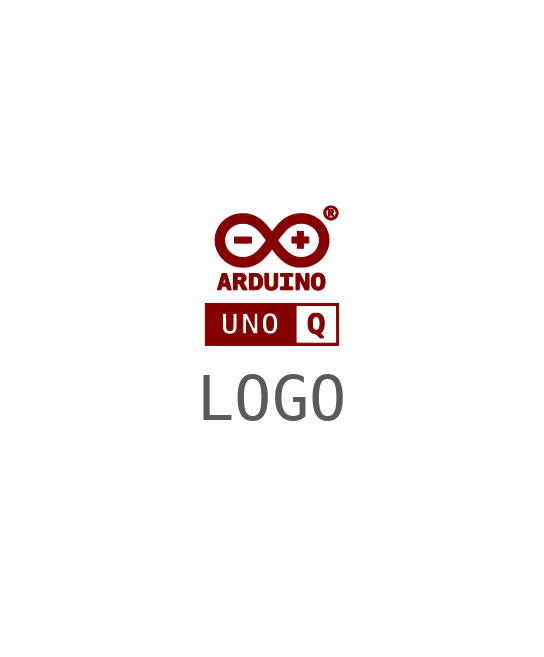
<source format=kicad_sym>
(kicad_symbol_lib
  (version 20220914)
  (generator "bitmap2component")
  (generator_version "9.0")
  (symbol "LOGO"
    (pin_names
      (offset 1.016))
    (property "Reference" "#G"
      (at 0 0.865 0)
      (effects (font (size 1.27 1.27)) hide))
    (symbol "LOGO_0_0"
      (polyline (pts (xy 1.386 -0.963) (xy 1.386 -0.527) (xy 0 -0.527) (xy -1.386 -0.527) (xy -1.386 -0.733) (xy -1.029 -0.733) (xy -0.986 -0.733) (xy -0.944 -0.733) (xy -0.943 -0.888) (xy -0.943 -0.899) (xy -0.943 -0.932) (xy -0.942 -0.959) (xy -0.942 -0.982) (xy -0.942 -1.001) (xy -0.942 -1.015) (xy -0.941 -1.027) (xy -0.941 -1.036) (xy -0.94 -1.043) (xy -0.939 -1.048) (xy -0.938 -1.052) (xy -0.937 -1.055) (xy -0.936 -1.058) (xy -0.926 -1.073) (xy -0.912 -1.085) (xy -0.894 -1.091) (xy -0.873 -1.094) (xy -0.861 -1.093) (xy -0.843 -1.089) (xy -0.829 -1.081) (xy -0.82 -1.069) (xy -0.819 -1.067) (xy -0.817 -1.062) (xy -0.815 -1.055) (xy -0.814 -1.047) (xy -0.813 -1.037) (xy -0.812 -1.025) (xy -0.811 -1.01) (xy -0.81 -0.991) (xy -0.81 -0.968) (xy -0.81 -0.941) (xy -0.81 -0.908) (xy -0.81 -0.871) (xy -0.811 -0.733) (xy -0.769 -0.733) (xy -0.727 -0.733) (xy -0.727 -0.884) (xy -0.727 -0.916) (xy -0.727 -0.948) (xy -0.727 -0.975) (xy -0.727 -0.998) (xy -0.728 -1.017) (xy -0.729 -1.033) (xy -0.73 -1.046) (xy -0.731 -1.057) (xy -0.733 -1.066) (xy -0.736 -1.074) (xy -0.738 -1.082) (xy -0.742 -1.09) (xy -0.746 -1.098) (xy -0.748 -1.102) (xy -0.762 -1.122) (xy -0.781 -1.139) (xy -0.803 -1.152) (xy -0.82 -1.157) (xy -0.607 -1.157) (xy -0.607 -0.945) (xy -0.607 -0.733) (xy -0.561 -0.733) (xy -0.516 -0.733) (xy -0.479 -0.812) (xy -0.471 -0.83) (xy -0.458 -0.857) (xy -0.444 -0.885) (xy -0.43 -0.913) (xy -0.417 -0.94) (xy -0.406 -0.963) (xy -0.371 -1.033) (xy -0.37 -0.883) (xy -0.369 -0.733) (xy -0.333 -0.733) (xy -0.296 -0.733) (xy -0.296 -0.945) (xy -0.296 -0.949) (xy -0.2 -0.949) (xy -0.199 -0.914) (xy -0.195 -0.88) (xy -0.19 -0.849) (xy -0.183 -0.822) (xy -0.174 -0.798) (xy -0.171 -0.791) (xy -0.155 -0.77) (xy -0.136 -0.752) (xy -0.113 -0.738) (xy -0.087 -0.728) (xy -0.082 -0.727) (xy -0.066 -0.725) (xy -0.048 -0.724) (xy -0.028 -0.724) (xy -0.01 -0.726) (xy 0.004 -0.728) (xy 0.022 -0.734) (xy 0.045 -0.745) (xy 0.065 -0.761) (xy 0.081 -0.781) (xy 0.095 -0.805) (xy 0.105 -0.833) (xy 0.112 -0.867) (xy 0.117 -0.905) (xy 0.118 -0.948) (xy 0.118 -0.955) (xy 0.117 -0.993) (xy 0.113 -1.026) (xy 0.107 -1.055) (xy 0.099 -1.079) (xy 0.098 -1.081) (xy 0.5 -1.081) (xy 0.5 -1.042) (xy 0.5 -1.002) (xy 0.5 -0.961) (xy 0.5 -0.921) (xy 0.5 -0.882) (xy 0.5 -0.843) (xy 0.5 -0.807) (xy 0.5 -0.772) (xy 0.5 -0.739) (xy 0.5 -0.709) (xy 0.5 -0.683) (xy 0.5 -0.66) (xy 0.501 -0.568) (xy 0.922 -0.569) (xy 1.343 -0.57) (xy 1.344 -0.962) (xy 1.345 -1.354) (xy 0.923 -1.354) (xy 0.877 -1.354) (xy 0.829 -1.354) (xy 0.783 -1.353) (xy 0.74 -1.353) (xy 0.699 -1.353) (xy 0.661 -1.353) (xy 0.626 -1.353) (xy 0.595 -1.353) (xy 0.567 -1.353) (xy 0.544 -1.352) (xy 0.526 -1.352) (xy 0.512 -1.352) (xy 0.503 -1.352) (xy 0.5 -1.351) (xy 0.5 -1.351) (xy 0.5 -1.347) (xy 0.5 -1.337) (xy 0.5 -1.323) (xy 0.5 -1.304) (xy 0.5 -1.281) (xy 0.5 -1.254) (xy 0.5 -1.224) (xy 0.5 -1.192) (xy 0.5 -1.157) (xy 0.5 -1.12) (xy 0.5 -1.081) (xy 0.098 -1.081) (xy 0.088 -1.101) (xy 0.074 -1.119) (xy 0.057 -1.135) (xy 0.049 -1.141) (xy 0.036 -1.149) (xy 0.023 -1.154) (xy 0.011 -1.158) (xy -0.008 -1.161) (xy -0.029 -1.162) (xy -0.051 -1.163) (xy -0.071 -1.161) (xy -0.088 -1.158) (xy -0.105 -1.152) (xy -0.13 -1.139) (xy -0.15 -1.122) (xy -0.167 -1.099) (xy -0.18 -1.073) (xy -0.19 -1.041) (xy -0.196 -1.005) (xy -0.198 -0.983) (xy -0.2 -0.949) (xy -0.296 -0.949) (xy -0.296 -1.157) (xy -0.343 -1.157) (xy -0.39 -1.156) (xy -0.406 -1.121) (xy -0.41 -1.111) (xy -0.42 -1.089) (xy -0.432 -1.064) (xy -0.445 -1.036) (xy -0.458 -1.008) (xy -0.472 -0.979) (xy -0.485 -0.952) (xy -0.497 -0.928) (xy -0.508 -0.907) (xy -0.53 -0.863) (xy -0.53 -1.01) (xy -0.53 -1.157) (xy -0.568 -1.157) (xy -0.607 -1.157) (xy -0.82 -1.157) (xy -0.829 -1.16) (xy -0.83 -1.16) (xy -0.849 -1.163) (xy -0.87 -1.164) (xy -0.892 -1.164) (xy -0.911 -1.163) (xy -0.923 -1.161) (xy -0.95 -1.152) (xy -0.974 -1.139) (xy -0.993 -1.122) (xy -1.009 -1.101) (xy -1.02 -1.076) (xy -1.021 -1.073) (xy -1.022 -1.069) (xy -1.024 -1.064) (xy -1.024 -1.059) (xy -1.025 -1.053) (xy -1.026 -1.044) (xy -1.026 -1.034) (xy -1.027 -1.021) (xy -1.027 -1.004) (xy -1.027 -0.984) (xy -1.027 -0.959) (xy -1.028 -0.929) (xy -1.028 -0.894) (xy -1.029 -0.733) (xy -1.386 -0.733) (xy -1.386 -0.963) (xy -1.386 -1.398) (xy 0 -1.398) (xy 1.386 -1.398) (xy 1.386 -0.963)) (stroke (width 0.01) (type default)) (fill (type outline)))
      (polyline (pts (xy 0.003 -0.251) (xy 0.019 -0.249) (xy 0.032 -0.247) (xy 0.048 -0.242) (xy 0.07 -0.231) (xy 0.089 -0.216) (xy 0.103 -0.197) (xy 0.113 -0.176) (xy 0.114 -0.173) (xy 0.115 -0.168) (xy 0.116 -0.161) (xy 0.117 -0.153) (xy 0.117 -0.143) (xy 0.118 -0.129) (xy 0.118 -0.112) (xy 0.119 -0.091) (xy 0.119 -0.065) (xy 0.119 -0.034) (xy 0.12 -0.016) (xy 0.12 0.011) (xy 0.12 0.034) (xy 0.12 0.052) (xy 0.12 0.066) (xy 0.119 0.076) (xy 0.119 0.084) (xy 0.118 0.089) (xy 0.118 0.093) (xy 0.117 0.095) (xy 0.115 0.096) (xy 0.112 0.097) (xy 0.103 0.099) (xy 0.091 0.099) (xy 0.078 0.1) (xy 0.066 0.099) (xy 0.056 0.098) (xy 0.05 0.097) (xy 0.049 0.096) (xy 0.047 0.095) (xy 0.046 0.092) (xy 0.046 0.088) (xy 0.045 0.082) (xy 0.045 0.073) (xy 0.044 0.061) (xy 0.044 0.046) (xy 0.044 0.026) (xy 0.044 0.001) (xy 0.044 -0.029) (xy 0.044 -0.031) (xy 0.044 -0.061) (xy 0.044 -0.085) (xy 0.044 -0.105) (xy 0.044 -0.12) (xy 0.043 -0.132) (xy 0.043 -0.142) (xy 0.042 -0.148) (xy 0.041 -0.154) (xy 0.04 -0.158) (xy 0.039 -0.161) (xy 0.037 -0.164) (xy 0.037 -0.165) (xy 0.028 -0.177) (xy 0.017 -0.185) (xy 0.002 -0.189) (xy -0.018 -0.19) (xy -0.022 -0.19) (xy -0.037 -0.188) (xy -0.048 -0.184) (xy -0.056 -0.176) (xy -0.063 -0.165) (xy -0.064 -0.164) (xy -0.065 -0.16) (xy -0.066 -0.157) (xy -0.067 -0.151) (xy -0.068 -0.144) (xy -0.068 -0.135) (xy -0.069 -0.122) (xy -0.069 -0.106) (xy -0.069 -0.086) (xy -0.07 -0.061) (xy -0.07 -0.031) (xy -0.07 -0.013) (xy -0.07 0.019) (xy -0.071 0.046) (xy -0.071 0.067) (xy -0.072 0.082) (xy -0.073 0.092) (xy -0.074 0.096) (xy -0.075 0.097) (xy -0.082 0.098) (xy -0.093 0.099) (xy -0.105 0.1) (xy -0.118 0.1) (xy -0.13 0.099) (xy -0.14 0.098) (xy -0.145 0.096) (xy -0.146 0.095) (xy -0.147 0.094) (xy -0.148 0.091) (xy -0.149 0.087) (xy -0.149 0.082) (xy -0.149 0.073) (xy -0.149 0.062) (xy -0.149 0.046) (xy -0.149 0.027) (xy -0.149 0.003) (xy -0.148 -0.027) (xy -0.148 -0.034) (xy -0.148 -0.06) (xy -0.147 -0.085) (xy -0.146 -0.108) (xy -0.146 -0.128) (xy -0.145 -0.144) (xy -0.144 -0.156) (xy -0.143 -0.163) (xy -0.143 -0.165) (xy -0.135 -0.189) (xy -0.123 -0.21) (xy -0.106 -0.227) (xy -0.086 -0.24) (xy -0.062 -0.249) (xy -0.06 -0.249) (xy -0.048 -0.251) (xy -0.033 -0.252) (xy -0.015 -0.252) (xy 0.003 -0.251)) (stroke (width 0.01) (type default)) (fill (type outline)))
      (polyline (pts (xy 0.997 -0.247) (xy 1.023 -0.239) (xy 1.045 -0.226) (xy 1.065 -0.209) (xy 1.08 -0.189) (xy 1.082 -0.185) (xy 1.091 -0.162) (xy 1.098 -0.136) (xy 1.102 -0.107) (xy 1.104 -0.076) (xy 1.103 -0.045) (xy 1.099 -0.016) (xy 1.092 0.011) (xy 1.083 0.035) (xy 1.073 0.05) (xy 1.06 0.066) (xy 1.044 0.08) (xy 1.029 0.09) (xy 1.022 0.094) (xy 1 0.101) (xy 0.976 0.104) (xy 0.95 0.105) (xy 0.926 0.102) (xy 0.902 0.096) (xy 0.879 0.083) (xy 0.859 0.066) (xy 0.843 0.045) (xy 0.83 0.02) (xy 0.822 -0.009) (xy 0.82 -0.022) (xy 0.818 -0.04) (xy 0.818 -0.053) (xy 0.9 -0.053) (xy 0.903 -0.026) (xy 0.908 -0.003) (xy 0.917 0.015) (xy 0.928 0.028) (xy 0.942 0.035) (xy 0.959 0.038) (xy 0.973 0.037) (xy 0.988 0.031) (xy 1 0.02) (xy 1.009 0.004) (xy 1.015 -0.017) (xy 1.017 -0.024) (xy 1.019 -0.041) (xy 1.02 -0.06) (xy 1.02 -0.081) (xy 1.019 -0.102) (xy 1.017 -0.121) (xy 1.014 -0.138) (xy 1.011 -0.15) (xy 1.006 -0.161) (xy 0.997 -0.173) (xy 0.986 -0.181) (xy 0.977 -0.184) (xy 0.963 -0.186) (xy 0.949 -0.185) (xy 0.941 -0.183) (xy 0.929 -0.176) (xy 0.919 -0.167) (xy 0.912 -0.154) (xy 0.906 -0.136) (xy 0.903 -0.114) (xy 0.901 -0.086) (xy 0.901 -0.086) (xy 0.9 -0.053) (xy 0.818 -0.053) (xy 0.818 -0.059) (xy 0.818 -0.081) (xy 0.819 -0.102) (xy 0.82 -0.122) (xy 0.822 -0.138) (xy 0.824 -0.15) (xy 0.831 -0.169) (xy 0.843 -0.194) (xy 0.859 -0.214) (xy 0.879 -0.23) (xy 0.903 -0.242) (xy 0.93 -0.249) (xy 0.94 -0.25) (xy 0.97 -0.251) (xy 0.997 -0.247)) (stroke (width 0.01) (type default)) (fill (type outline)))
      (polyline (pts (xy -0.862 -0.245) (xy -0.857 -0.244) (xy -0.854 -0.241) (xy -0.847 -0.236) (xy -0.863 -0.185) (xy -0.864 -0.182) (xy -0.87 -0.162) (xy -0.877 -0.139) (xy -0.884 -0.114) (xy -0.892 -0.089) (xy -0.898 -0.066) (xy -0.899 -0.063) (xy -0.907 -0.035) (xy -0.915 -0.007) (xy -0.923 0.018) (xy -0.929 0.04) (xy -0.935 0.059) (xy -0.94 0.074) (xy -0.944 0.085) (xy -0.947 0.091) (xy -0.948 0.093) (xy -0.951 0.095) (xy -0.956 0.096) (xy -0.963 0.096) (xy -0.975 0.097) (xy -0.992 0.097) (xy -0.998 0.097) (xy -1.013 0.097) (xy -1.023 0.096) (xy -1.03 0.096) (xy -1.034 0.095) (xy -1.036 0.093) (xy -1.038 0.09) (xy -1.04 0.087) (xy -1.043 0.078) (xy -1.047 0.066) (xy -1.052 0.05) (xy -1.056 0.034) (xy -1.062 0.011) (xy -1.07 -0.014) (xy -1.078 -0.042) (xy -1.086 -0.07) (xy -1.094 -0.098) (xy -1.096 -0.105) (xy -1.024 -0.105) (xy -1.024 -0.103) (xy -1.024 -0.103) (xy -1.023 -0.098) (xy -1.021 -0.089) (xy -1.018 -0.076) (xy -1.014 -0.06) (xy -1.01 -0.043) (xy -1.006 -0.027) (xy -1.002 -0.01) (xy -0.999 0.003) (xy -0.996 0.011) (xy -0.995 0.017) (xy -0.993 0.019) (xy -0.993 0.02) (xy -0.992 0.02) (xy -0.992 0.02) (xy -0.99 0.015) (xy -0.988 0.006) (xy -0.985 -0.006) (xy -0.981 -0.022) (xy -0.977 -0.04) (xy -0.976 -0.043) (xy -0.972 -0.061) (xy -0.968 -0.077) (xy -0.965 -0.09) (xy -0.963 -0.099) (xy -0.962 -0.103) (xy -0.962 -0.104) (xy -0.962 -0.106) (xy -0.965 -0.107) (xy -0.97 -0.108) (xy -0.979 -0.108) (xy -0.993 -0.108) (xy -0.997 -0.108) (xy -1.01 -0.108) (xy -1.018 -0.108) (xy -1.023 -0.107) (xy -1.024 -0.105) (xy -1.096 -0.105) (xy -1.102 -0.126) (xy -1.109 -0.151) (xy -1.116 -0.174) (xy -1.122 -0.192) (xy -1.126 -0.206) (xy -1.13 -0.218) (xy -1.133 -0.23) (xy -1.135 -0.237) (xy -1.135 -0.241) (xy -1.131 -0.242) (xy -1.124 -0.244) (xy -1.119 -0.244) (xy -1.11 -0.244) (xy -1.098 -0.244) (xy -1.086 -0.243) (xy -1.075 -0.242) (xy -1.067 -0.241) (xy -1.063 -0.24) (xy -1.063 -0.24) (xy -1.061 -0.237) (xy -1.058 -0.228) (xy -1.055 -0.217) (xy -1.051 -0.203) (xy -1.041 -0.169) (xy -0.993 -0.169) (xy -0.946 -0.169) (xy -0.936 -0.203) (xy -0.936 -0.203) (xy -0.932 -0.217) (xy -0.928 -0.229) (xy -0.925 -0.237) (xy -0.923 -0.241) (xy -0.922 -0.242) (xy -0.915 -0.243) (xy -0.904 -0.245) (xy -0.89 -0.246) (xy -0.88 -0.246) (xy -0.869 -0.246) (xy -0.862 -0.245)) (stroke (width 0.01) (type default)) (fill (type outline)))
      (polyline (pts (xy -0.541 -0.246) (xy -0.533 -0.245) (xy -0.528 -0.243) (xy -0.524 -0.241) (xy -0.517 -0.235) (xy -0.543 -0.192) (xy -0.548 -0.183) (xy -0.558 -0.166) (xy -0.569 -0.149) (xy -0.578 -0.134) (xy -0.585 -0.122) (xy -0.59 -0.115) (xy -0.596 -0.105) (xy -0.6 -0.097) (xy -0.601 -0.094) (xy -0.601 -0.094) (xy -0.599 -0.091) (xy -0.593 -0.086) (xy -0.584 -0.08) (xy -0.574 -0.072) (xy -0.557 -0.055) (xy -0.546 -0.036) (xy -0.54 -0.015) (xy -0.54 0.009) (xy -0.545 0.034) (xy -0.549 0.044) (xy -0.561 0.063) (xy -0.577 0.077) (xy -0.596 0.088) (xy -0.601 0.09) (xy -0.606 0.091) (xy -0.612 0.092) (xy -0.619 0.093) (xy -0.629 0.094) (xy -0.641 0.095) (xy -0.657 0.096) (xy -0.678 0.096) (xy -0.703 0.097) (xy -0.726 0.097) (xy -0.749 0.098) (xy -0.768 0.098) (xy -0.783 0.098) (xy -0.793 0.097) (xy -0.798 0.096) (xy -0.798 0.096) (xy -0.799 0.095) (xy -0.8 0.093) (xy -0.801 0.09) (xy -0.801 0.086) (xy -0.802 0.078) (xy -0.802 0.069) (xy -0.802 0.056) (xy -0.803 0.039) (xy -0.803 0.019) (xy -0.803 -0.005) (xy -0.724 -0.005) (xy -0.724 0.035) (xy -0.713 0.037) (xy -0.705 0.038) (xy -0.691 0.038) (xy -0.677 0.037) (xy -0.662 0.036) (xy -0.651 0.034) (xy -0.643 0.031) (xy -0.635 0.026) (xy -0.628 0.015) (xy -0.625 0.003) (xy -0.625 -0.011) (xy -0.629 -0.024) (xy -0.636 -0.036) (xy -0.646 -0.044) (xy -0.65 -0.045) (xy -0.659 -0.047) (xy -0.671 -0.048) (xy -0.684 -0.049) (xy -0.697 -0.05) (xy -0.709 -0.05) (xy -0.717 -0.049) (xy -0.722 -0.048) (xy -0.722 -0.048) (xy -0.723 -0.043) (xy -0.723 -0.033) (xy -0.724 -0.02) (xy -0.724 -0.005) (xy -0.803 -0.005) (xy -0.803 -0.006) (xy -0.803 -0.036) (xy -0.803 -0.071) (xy -0.803 -0.08) (xy -0.803 -0.116) (xy -0.803 -0.147) (xy -0.802 -0.173) (xy -0.802 -0.194) (xy -0.802 -0.211) (xy -0.801 -0.223) (xy -0.801 -0.232) (xy -0.8 -0.237) (xy -0.799 -0.24) (xy -0.799 -0.24) (xy -0.792 -0.242) (xy -0.78 -0.243) (xy -0.763 -0.243) (xy -0.76 -0.243) (xy -0.747 -0.243) (xy -0.737 -0.243) (xy -0.732 -0.242) (xy -0.729 -0.24) (xy -0.727 -0.237) (xy -0.726 -0.234) (xy -0.725 -0.225) (xy -0.724 -0.211) (xy -0.724 -0.194) (xy -0.724 -0.173) (xy -0.724 -0.115) (xy -0.713 -0.113) (xy -0.708 -0.112) (xy -0.695 -0.113) (xy -0.683 -0.118) (xy -0.674 -0.125) (xy -0.674 -0.126) (xy -0.671 -0.131) (xy -0.665 -0.141) (xy -0.658 -0.154) (xy -0.65 -0.169) (xy -0.641 -0.185) (xy -0.633 -0.202) (xy -0.624 -0.218) (xy -0.616 -0.23) (xy -0.611 -0.238) (xy -0.607 -0.242) (xy -0.605 -0.242) (xy -0.597 -0.244) (xy -0.584 -0.246) (xy -0.565 -0.246) (xy -0.552 -0.246) (xy -0.541 -0.246)) (stroke (width 0.01) (type default)) (fill (type outline)))
      (polyline (pts (xy -0.416 -0.244) (xy -0.415 -0.244) (xy -0.403 -0.244) (xy -0.388 -0.243) (xy -0.37 -0.243) (xy -0.353 -0.242) (xy -0.343 -0.242) (xy -0.327 -0.241) (xy -0.314 -0.239) (xy -0.304 -0.237) (xy -0.295 -0.235) (xy -0.277 -0.227) (xy -0.253 -0.213) (xy -0.232 -0.195) (xy -0.217 -0.174) (xy -0.205 -0.148) (xy -0.198 -0.119) (xy -0.194 -0.085) (xy -0.194 -0.069) (xy -0.196 -0.036) (xy -0.203 -0.005) (xy -0.213 0.022) (xy -0.227 0.045) (xy -0.245 0.064) (xy -0.267 0.079) (xy -0.276 0.084) (xy -0.286 0.088) (xy -0.298 0.091) (xy -0.311 0.093) (xy -0.326 0.095) (xy -0.345 0.096) (xy -0.367 0.097) (xy -0.395 0.097) (xy -0.409 0.097) (xy -0.428 0.097) (xy -0.444 0.096) (xy -0.457 0.096) (xy -0.466 0.096) (xy -0.469 0.095) (xy -0.469 0.094) (xy -0.47 0.088) (xy -0.47 0.076) (xy -0.471 0.06) (xy -0.471 0.04) (xy -0.471 0.016) (xy -0.472 -0.011) (xy -0.472 -0.04) (xy -0.472 -0.072) (xy -0.472 -0.102) (xy -0.472 -0.134) (xy -0.472 -0.137) (xy -0.392 -0.137) (xy -0.392 -0.117) (xy -0.392 -0.095) (xy -0.392 -0.071) (xy -0.392 -0.064) (xy -0.392 -0.037) (xy -0.391 -0.016) (xy -0.391 0.000400) (xy -0.391 0.013) (xy -0.39 0.022) (xy -0.39 0.028) (xy -0.389 0.033) (xy -0.388 0.035) (xy -0.386 0.036) (xy -0.381 0.038) (xy -0.371 0.038) (xy -0.358 0.037) (xy -0.344 0.035) (xy -0.331 0.033) (xy -0.32 0.03) (xy -0.312 0.026) (xy -0.302 0.019) (xy -0.294 0.007) (xy -0.287 -0.008) (xy -0.283 -0.028) (xy -0.281 -0.051) (xy -0.28 -0.081) (xy -0.28 -0.088) (xy -0.281 -0.111) (xy -0.284 -0.131) (xy -0.288 -0.145) (xy -0.294 -0.157) (xy -0.303 -0.166) (xy -0.315 -0.173) (xy -0.319 -0.175) (xy -0.329 -0.178) (xy -0.342 -0.18) (xy -0.355 -0.181) (xy -0.368 -0.182) (xy -0.379 -0.182) (xy -0.388 -0.18) (xy -0.391 -0.178) (xy -0.392 -0.175) (xy -0.392 -0.167) (xy -0.392 -0.154) (xy -0.392 -0.137) (xy -0.472 -0.137) (xy -0.471 -0.161) (xy -0.471 -0.184) (xy -0.471 -0.202) (xy -0.471 -0.216) (xy -0.47 -0.226) (xy -0.469 -0.234) (xy -0.469 -0.238) (xy -0.468 -0.24) (xy -0.467 -0.24) (xy -0.46 -0.242) (xy -0.451 -0.244) (xy -0.442 -0.244) (xy -0.429 -0.244) (xy -0.416 -0.244)) (stroke (width 0.01) (type default)) (fill (type outline)))
      (polyline (pts (xy 0.725 -0.246) (xy 0.736 -0.245) (xy 0.751 -0.244) (xy 0.761 -0.243) (xy 0.766 -0.241) (xy 0.766 -0.24) (xy 0.767 -0.238) (xy 0.768 -0.235) (xy 0.769 -0.23) (xy 0.769 -0.223) (xy 0.77 -0.213) (xy 0.77 -0.2) (xy 0.77 -0.184) (xy 0.77 -0.163) (xy 0.77 -0.138) (xy 0.771 -0.108) (xy 0.771 -0.073) (xy 0.771 -0.061) (xy 0.771 -0.027) (xy 0.77 0.001) (xy 0.77 0.025) (xy 0.77 0.044) (xy 0.77 0.059) (xy 0.77 0.071) (xy 0.769 0.08) (xy 0.768 0.086) (xy 0.768 0.091) (xy 0.767 0.093) (xy 0.766 0.095) (xy 0.765 0.096) (xy 0.758 0.098) (xy 0.748 0.099) (xy 0.735 0.099) (xy 0.722 0.099) (xy 0.711 0.097) (xy 0.702 0.095) (xy 0.7 -0.019) (xy 0.699 -0.133) (xy 0.674 -0.086) (xy 0.667 -0.074) (xy 0.651 -0.043) (xy 0.637 -0.017) (xy 0.625 0.005) (xy 0.615 0.025) (xy 0.607 0.042) (xy 0.599 0.059) (xy 0.594 0.07) (xy 0.589 0.081) (xy 0.584 0.09) (xy 0.581 0.095) (xy 0.578 0.096) (xy 0.569 0.098) (xy 0.557 0.1) (xy 0.544 0.1) (xy 0.53 0.1) (xy 0.518 0.099) (xy 0.508 0.097) (xy 0.503 0.095) (xy 0.502 0.094) (xy 0.501 0.092) (xy 0.5 0.089) (xy 0.5 0.084) (xy 0.499 0.077) (xy 0.499 0.067) (xy 0.499 0.054) (xy 0.498 0.037) (xy 0.498 0.017) (xy 0.498 -0.008) (xy 0.498 -0.038) (xy 0.499 -0.074) (xy 0.499 -0.097) (xy 0.499 -0.129) (xy 0.499 -0.155) (xy 0.499 -0.177) (xy 0.5 -0.195) (xy 0.5 -0.209) (xy 0.5 -0.22) (xy 0.501 -0.228) (xy 0.501 -0.233) (xy 0.502 -0.237) (xy 0.503 -0.239) (xy 0.504 -0.241) (xy 0.505 -0.242) (xy 0.509 -0.244) (xy 0.515 -0.245) (xy 0.524 -0.245) (xy 0.538 -0.244) (xy 0.543 -0.244) (xy 0.554 -0.243) (xy 0.562 -0.242) (xy 0.566 -0.241) (xy 0.567 -0.238) (xy 0.567 -0.229) (xy 0.568 -0.216) (xy 0.568 -0.199) (xy 0.568 -0.179) (xy 0.568 -0.156) (xy 0.568 -0.132) (xy 0.568 -0.13) (xy 0.569 -0.106) (xy 0.569 -0.083) (xy 0.569 -0.063) (xy 0.569 -0.047) (xy 0.57 -0.034) (xy 0.57 -0.026) (xy 0.571 -0.023) (xy 0.574 -0.026) (xy 0.577 -0.032) (xy 0.577 -0.032) (xy 0.58 -0.037) (xy 0.585 -0.047) (xy 0.592 -0.06) (xy 0.6 -0.076) (xy 0.61 -0.094) (xy 0.62 -0.114) (xy 0.631 -0.134) (xy 0.642 -0.154) (xy 0.651 -0.173) (xy 0.66 -0.189) (xy 0.666 -0.203) (xy 0.67 -0.212) (xy 0.675 -0.222) (xy 0.68 -0.233) (xy 0.684 -0.24) (xy 0.69 -0.244) (xy 0.698 -0.246) (xy 0.709 -0.246) (xy 0.725 -0.246)) (stroke (width 0.01) (type default)) (fill (type outline)))
      (polyline (pts (xy 0.343 -0.243) (xy 0.368 -0.243) (xy 0.389 -0.243) (xy 0.405 -0.242) (xy 0.417 -0.242) (xy 0.426 -0.241) (xy 0.431 -0.24) (xy 0.433 -0.24) (xy 0.433 -0.238) (xy 0.434 -0.231) (xy 0.434 -0.221) (xy 0.434 -0.21) (xy 0.433 -0.199) (xy 0.432 -0.19) (xy 0.43 -0.185) (xy 0.43 -0.185) (xy 0.426 -0.184) (xy 0.419 -0.182) (xy 0.406 -0.182) (xy 0.388 -0.182) (xy 0.381 -0.182) (xy 0.366 -0.181) (xy 0.355 -0.181) (xy 0.349 -0.179) (xy 0.346 -0.178) (xy 0.345 -0.176) (xy 0.345 -0.17) (xy 0.344 -0.16) (xy 0.344 -0.145) (xy 0.343 -0.125) (xy 0.343 -0.101) (xy 0.344 -0.07) (xy 0.344 0.034) (xy 0.387 0.035) (xy 0.394 0.035) (xy 0.408 0.036) (xy 0.42 0.037) (xy 0.429 0.038) (xy 0.432 0.039) (xy 0.433 0.042) (xy 0.434 0.049) (xy 0.434 0.059) (xy 0.434 0.071) (xy 0.434 0.081) (xy 0.433 0.089) (xy 0.432 0.094) (xy 0.429 0.095) (xy 0.42 0.095) (xy 0.406 0.096) (xy 0.387 0.096) (xy 0.364 0.096) (xy 0.336 0.097) (xy 0.305 0.097) (xy 0.305 0.097) (xy 0.274 0.097) (xy 0.249 0.097) (xy 0.228 0.097) (xy 0.212 0.096) (xy 0.2 0.096) (xy 0.191 0.096) (xy 0.185 0.095) (xy 0.181 0.094) (xy 0.178 0.093) (xy 0.178 0.092) (xy 0.177 0.091) (xy 0.176 0.084) (xy 0.176 0.074) (xy 0.176 0.062) (xy 0.177 0.052) (xy 0.178 0.043) (xy 0.179 0.039) (xy 0.182 0.037) (xy 0.19 0.036) (xy 0.204 0.035) (xy 0.223 0.035) (xy 0.264 0.035) (xy 0.263 -0.072) (xy 0.262 -0.18) (xy 0.222 -0.182) (xy 0.208 -0.182) (xy 0.195 -0.183) (xy 0.186 -0.184) (xy 0.181 -0.186) (xy 0.179 -0.188) (xy 0.177 -0.192) (xy 0.176 -0.201) (xy 0.176 -0.212) (xy 0.176 -0.223) (xy 0.176 -0.232) (xy 0.178 -0.239) (xy 0.178 -0.24) (xy 0.181 -0.241) (xy 0.185 -0.241) (xy 0.191 -0.242) (xy 0.2 -0.242) (xy 0.212 -0.243) (xy 0.228 -0.243) (xy 0.249 -0.243) (xy 0.274 -0.243) (xy 0.305 -0.243) (xy 0.311 -0.243) (xy 0.343 -0.243)) (stroke (width 0.01) (type default)) (fill (type outline)))
      (polyline (pts (xy -0.58 0.229) (xy -0.559 0.23) (xy -0.54 0.23) (xy -0.526 0.232) (xy -0.502 0.235) (xy -0.448 0.246) (xy -0.396 0.263) (xy -0.344 0.285) (xy -0.323 0.296) (xy -0.29 0.315) (xy -0.259 0.336) (xy -0.227 0.359) (xy -0.196 0.386) (xy -0.165 0.415) (xy -0.133 0.448) (xy -0.099 0.485) (xy -0.064 0.527) (xy -0.027 0.574) (xy -0.022 0.581) (xy -0.013 0.592) (xy -0.005 0.601) (xy 0.000300 0.607) (xy 0.003 0.609) (xy 0.004 0.608) (xy 0.009 0.603) (xy 0.015 0.595) (xy 0.024 0.584) (xy 0.033 0.571) (xy 0.041 0.56) (xy 0.068 0.525) (xy 0.094 0.493) (xy 0.122 0.461) (xy 0.154 0.428) (xy 0.193 0.39) (xy 0.238 0.352) (xy 0.283 0.32) (xy 0.33 0.292) (xy 0.378 0.27) (xy 0.428 0.252) (xy 0.48 0.238) (xy 0.487 0.237) (xy 0.497 0.235) (xy 0.506 0.233) (xy 0.516 0.232) (xy 0.527 0.231) (xy 0.539 0.231) (xy 0.555 0.23) (xy 0.575 0.23) (xy 0.599 0.23) (xy 0.617 0.23) (xy 0.647 0.231) (xy 0.672 0.231) (xy 0.691 0.232) (xy 0.705 0.234) (xy 0.755 0.244) (xy 0.81 0.262) (xy 0.863 0.285) (xy 0.914 0.313) (xy 0.964 0.346) (xy 0.974 0.354) (xy 1.016 0.391) (xy 1.054 0.432) (xy 1.088 0.477) (xy 1.117 0.525) (xy 1.142 0.577) (xy 1.162 0.631) (xy 1.177 0.688) (xy 1.179 0.696) (xy 1.181 0.709) (xy 1.183 0.72) (xy 1.184 0.732) (xy 1.185 0.746) (xy 1.185 0.762) (xy 1.185 0.784) (xy 1.185 0.786) (xy 1.185 0.812) (xy 1.184 0.834) (xy 1.183 0.852) (xy 1.181 0.864) (xy 1.177 0.884) (xy 1.163 0.941) (xy 1.143 0.996) (xy 1.119 1.047) (xy 1.089 1.094) (xy 1.056 1.138) (xy 1.017 1.179) (xy 0.974 1.216) (xy 0.926 1.249) (xy 0.874 1.279) (xy 0.837 1.296) (xy 0.794 1.312) (xy 0.75 1.324) (xy 0.703 1.333) (xy 0.654 1.337) (xy 0.601 1.339) (xy 0.591 1.339) (xy 0.539 1.336) (xy 0.49 1.329) (xy 0.442 1.318) (xy 0.395 1.302) (xy 0.347 1.282) (xy 0.326 1.271) (xy 0.287 1.249) (xy 0.249 1.224) (xy 0.213 1.196) (xy 0.177 1.164) (xy 0.141 1.128) (xy 0.105 1.088) (xy 0.068 1.043) (xy 0.03 0.993) (xy 0.024 0.985) (xy 0.015 0.973) (xy 0.008 0.964) (xy 0.003 0.958) (xy 0.000400 0.955) (xy -0.002 0.957) (xy -0.006 0.963) (xy -0.014 0.972) (xy -0.023 0.984) (xy -0.033 0.997) (xy -0.061 1.034) (xy -0.098 1.08) (xy -0.134 1.12) (xy -0.169 1.156) (xy -0.203 1.188) (xy -0.238 1.216) (xy -0.273 1.241) (xy -0.31 1.263) (xy -0.347 1.282) (xy -0.387 1.299) (xy -0.416 1.309) (xy -0.448 1.319) (xy -0.48 1.327) (xy -0.51 1.334) (xy -0.513 1.334) (xy -0.527 1.336) (xy -0.547 1.337) (xy -0.571 1.337) (xy -0.599 1.337) (xy -0.608 1.337) (xy -0.65 1.336) (xy -0.688 1.334) (xy -0.722 1.329) (xy -0.754 1.323) (xy -0.786 1.314) (xy -0.817 1.303) (xy -0.85 1.289) (xy -0.872 1.279) (xy -0.923 1.251) (xy -0.97 1.219) (xy -1.012 1.182) (xy -1.051 1.142) (xy -1.085 1.098) (xy -1.114 1.05) (xy -1.139 0.999) (xy -1.159 0.945) (xy -1.174 0.888) (xy -1.174 0.887) (xy -1.177 0.874) (xy -1.179 0.863) (xy -1.18 0.852) (xy -1.181 0.84) (xy -1.182 0.826) (xy -1.182 0.809) (xy -1.182 0.787) (xy -1.182 0.771) (xy -0.985 0.771) (xy -0.984 0.817) (xy -0.983 0.829) (xy -0.975 0.871) (xy -0.962 0.912) (xy -0.943 0.951) (xy -0.919 0.987) (xy -0.889 1.022) (xy -0.864 1.046) (xy -0.827 1.075) (xy -0.787 1.098) (xy -0.745 1.117) (xy -0.699 1.13) (xy -0.652 1.138) (xy -0.602 1.141) (xy -0.575 1.14) (xy -0.53 1.135) (xy -0.487 1.124) (xy -0.444 1.108) (xy -0.403 1.087) (xy -0.361 1.06) (xy -0.32 1.027) (xy -0.302 1.012) (xy -0.281 0.991) (xy -0.26 0.97) (xy -0.239 0.946) (xy -0.216 0.919) (xy -0.192 0.889) (xy -0.166 0.854) (xy -0.157 0.842) (xy -0.144 0.825) (xy -0.135 0.812) (xy -0.127 0.802) (xy -0.123 0.794) (xy -0.12 0.789) (xy -0.119 0.785) (xy -0.119 0.782) (xy -0.119 0.781) (xy 0.119 0.781) (xy 0.12 0.785) (xy 0.124 0.793) (xy 0.131 0.804) (xy 0.14 0.817) (xy 0.152 0.834) (xy 0.166 0.851) (xy 0.18 0.871) (xy 0.196 0.89) (xy 0.212 0.91) (xy 0.229 0.93) (xy 0.245 0.948) (xy 0.26 0.965) (xy 0.275 0.981) (xy 0.301 1.008) (xy 0.326 1.031) (xy 0.35 1.051) (xy 0.375 1.069) (xy 0.402 1.086) (xy 0.431 1.101) (xy 0.475 1.119) (xy 0.52 1.132) (xy 0.566 1.139) (xy 0.612 1.142) (xy 0.658 1.139) (xy 0.704 1.13) (xy 0.749 1.117) (xy 0.791 1.098) (xy 0.832 1.074) (xy 0.844 1.065) (xy 0.863 1.05) (xy 0.882 1.031) (xy 0.901 1.012) (xy 0.917 0.993) (xy 0.93 0.975) (xy 0.949 0.943) (xy 0.967 0.902) (xy 0.979 0.86) (xy 0.986 0.818) (xy 0.986 0.773) (xy 0.986 0.768) (xy 0.984 0.741) (xy 0.979 0.717) (xy 0.972 0.692) (xy 0.962 0.664) (xy 0.955 0.647) (xy 0.933 0.605) (xy 0.907 0.568) (xy 0.877 0.534) (xy 0.843 0.505) (xy 0.805 0.48) (xy 0.764 0.46) (xy 0.72 0.444) (xy 0.671 0.433) (xy 0.657 0.431) (xy 0.609 0.428) (xy 0.562 0.43) (xy 0.516 0.438) (xy 0.47 0.452) (xy 0.426 0.471) (xy 0.383 0.495) (xy 0.341 0.525) (xy 0.337 0.529) (xy 0.32 0.544) (xy 0.3 0.563) (xy 0.28 0.583) (xy 0.259 0.605) (xy 0.24 0.626) (xy 0.223 0.646) (xy 0.218 0.651) (xy 0.209 0.663) (xy 0.198 0.676) (xy 0.186 0.692) (xy 0.173 0.708) (xy 0.161 0.725) (xy 0.149 0.741) (xy 0.138 0.755) (xy 0.129 0.767) (xy 0.122 0.776) (xy 0.119 0.781) (xy -0.119 0.781) (xy -0.12 0.78) (xy -0.122 0.777) (xy -0.125 0.772) (xy -0.133 0.762) (xy -0.142 0.748) (xy -0.154 0.733) (xy -0.166 0.717) (xy -0.178 0.701) (xy -0.19 0.685) (xy -0.2 0.672) (xy -0.228 0.638) (xy -0.261 0.6) (xy -0.293 0.567) (xy -0.323 0.538) (xy -0.353 0.513) (xy -0.383 0.492) (xy -0.413 0.474) (xy -0.445 0.46) (xy -0.477 0.448) (xy -0.511 0.438) (xy -0.517 0.436) (xy -0.529 0.434) (xy -0.541 0.432) (xy -0.555 0.43) (xy -0.571 0.43) (xy -0.592 0.429) (xy -0.602 0.429) (xy -0.623 0.429) (xy -0.641 0.429) (xy -0.656 0.431) (xy -0.671 0.433) (xy -0.687 0.436) (xy -0.705 0.441) (xy -0.738 0.451) (xy -0.772 0.465) (xy -0.803 0.481) (xy -0.841 0.506) (xy -0.877 0.536) (xy -0.908 0.569) (xy -0.934 0.605) (xy -0.955 0.643) (xy -0.97 0.684) (xy -0.98 0.726) (xy -0.985 0.771) (xy -1.182 0.771) (xy -1.182 0.768) (xy -1.182 0.75) (xy -1.181 0.735) (xy -1.181 0.723) (xy -1.179 0.712) (xy -1.178 0.702) (xy -1.175 0.69) (xy -1.162 0.639) (xy -1.143 0.586) (xy -1.12 0.536) (xy -1.093 0.489) (xy -1.062 0.446) (xy -1.024 0.404) (xy -0.983 0.365) (xy -0.938 0.33) (xy -0.891 0.3) (xy -0.841 0.275) (xy -0.789 0.255) (xy -0.737 0.241) (xy -0.683 0.232) (xy -0.682 0.232) (xy -0.667 0.231) (xy -0.648 0.23) (xy -0.627 0.229) (xy -0.603 0.229) (xy -0.58 0.229)) (stroke (width 0.01) (type default)) (fill (type outline)))
      (polyline (pts (xy 1.264 1.213) (xy 1.29 1.223) (xy 1.313 1.238) (xy 1.335 1.256) (xy 1.352 1.279) (xy 1.363 1.3) (xy 1.372 1.327) (xy 1.375 1.354) (xy 1.373 1.382) (xy 1.366 1.408) (xy 1.353 1.433) (xy 1.342 1.448) (xy 1.326 1.464) (xy 1.308 1.478) (xy 1.29 1.489) (xy 1.283 1.492) (xy 1.276 1.495) (xy 1.268 1.497) (xy 1.26 1.498) (xy 1.248 1.499) (xy 1.232 1.5) (xy 1.226 1.5) (xy 1.207 1.5) (xy 1.192 1.499) (xy 1.183 1.497) (xy 1.166 1.491) (xy 1.141 1.478) (xy 1.12 1.46) (xy 1.103 1.439) (xy 1.089 1.416) (xy 1.08 1.39) (xy 1.077 1.363) (xy 1.077 1.358) (xy 1.121 1.358) (xy 1.121 1.37) (xy 1.121 1.381) (xy 1.123 1.388) (xy 1.125 1.395) (xy 1.129 1.403) (xy 1.132 1.407) (xy 1.146 1.425) (xy 1.163 1.441) (xy 1.181 1.453) (xy 1.186 1.455) (xy 1.194 1.458) (xy 1.202 1.46) (xy 1.212 1.46) (xy 1.226 1.461) (xy 1.236 1.46) (xy 1.247 1.46) (xy 1.256 1.459) (xy 1.264 1.456) (xy 1.272 1.452) (xy 1.282 1.447) (xy 1.301 1.432) (xy 1.316 1.414) (xy 1.327 1.393) (xy 1.333 1.371) (xy 1.334 1.367) (xy 1.333 1.343) (xy 1.327 1.321) (xy 1.317 1.3) (xy 1.302 1.281) (xy 1.283 1.267) (xy 1.261 1.256) (xy 1.247 1.252) (xy 1.224 1.25) (xy 1.201 1.253) (xy 1.179 1.261) (xy 1.159 1.274) (xy 1.142 1.291) (xy 1.129 1.312) (xy 1.126 1.318) (xy 1.123 1.326) (xy 1.122 1.334) (xy 1.121 1.344) (xy 1.121 1.358) (xy 1.077 1.358) (xy 1.078 1.335) (xy 1.081 1.322) (xy 1.091 1.295) (xy 1.105 1.271) (xy 1.124 1.249) (xy 1.146 1.232) (xy 1.172 1.219) (xy 1.2 1.21) (xy 1.21 1.208) (xy 1.237 1.208) (xy 1.264 1.213)) (stroke (width 0.01) (type default)) (fill (type outline)))
      (polyline (pts (xy 1.047 -1.245) (xy 1.057 -1.244) (xy 1.063 -1.241) (xy 1.068 -1.236) (xy 1.072 -1.228) (xy 1.073 -1.227) (xy 1.073 -1.224) (xy 1.071 -1.22) (xy 1.068 -1.215) (xy 1.062 -1.208) (xy 1.053 -1.197) (xy 1.04 -1.183) (xy 1.03 -1.172) (xy 1.02 -1.161) (xy 1.012 -1.152) (xy 1.007 -1.145) (xy 1.005 -1.143) (xy 1.006 -1.141) (xy 1.01 -1.137) (xy 1.018 -1.132) (xy 1.037 -1.115) (xy 1.053 -1.093) (xy 1.066 -1.066) (xy 1.076 -1.035) (xy 1.083 -1) (xy 1.086 -0.961) (xy 1.086 -0.958) (xy 1.086 -0.916) (xy 1.083 -0.879) (xy 1.076 -0.846) (xy 1.067 -0.818) (xy 1.053 -0.793) (xy 1.037 -0.773) (xy 1.018 -0.757) (xy 0.997 -0.745) (xy 0.973 -0.736) (xy 0.946 -0.731) (xy 0.915 -0.73) (xy 0.913 -0.73) (xy 0.889 -0.731) (xy 0.868 -0.734) (xy 0.85 -0.739) (xy 0.831 -0.748) (xy 0.83 -0.748) (xy 0.811 -0.762) (xy 0.793 -0.78) (xy 0.778 -0.802) (xy 0.766 -0.827) (xy 0.757 -0.853) (xy 0.757 -0.855) (xy 0.753 -0.877) (xy 0.751 -0.903) (xy 0.751 -0.931) (xy 0.751 -0.955) (xy 0.84 -0.955) (xy 0.84 -0.927) (xy 0.842 -0.9) (xy 0.845 -0.875) (xy 0.85 -0.855) (xy 0.852 -0.847) (xy 0.86 -0.832) (xy 0.871 -0.819) (xy 0.882 -0.809) (xy 0.893 -0.803) (xy 0.894 -0.803) (xy 0.913 -0.8) (xy 0.933 -0.801) (xy 0.951 -0.807) (xy 0.958 -0.811) (xy 0.972 -0.824) (xy 0.983 -0.841) (xy 0.991 -0.864) (xy 0.996 -0.891) (xy 0.999 -0.923) (xy 0.998 -0.96) (xy 0.998 -0.969) (xy 0.994 -1.001) (xy 0.989 -1.028) (xy 0.981 -1.049) (xy 0.97 -1.066) (xy 0.958 -1.077) (xy 0.955 -1.079) (xy 0.947 -1.083) (xy 0.937 -1.085) (xy 0.925 -1.086) (xy 0.92 -1.086) (xy 0.9 -1.084) (xy 0.882 -1.077) (xy 0.867 -1.064) (xy 0.856 -1.047) (xy 0.848 -1.025) (xy 0.844 -1.007) (xy 0.841 -0.982) (xy 0.84 -0.955) (xy 0.751 -0.955) (xy 0.751 -0.96) (xy 0.754 -0.989) (xy 0.757 -1.016) (xy 0.762 -1.039) (xy 0.766 -1.054) (xy 0.778 -1.081) (xy 0.795 -1.105) (xy 0.815 -1.125) (xy 0.838 -1.141) (xy 0.847 -1.145) (xy 0.868 -1.153) (xy 0.889 -1.158) (xy 0.908 -1.16) (xy 0.91 -1.16) (xy 0.914 -1.161) (xy 0.918 -1.162) (xy 0.922 -1.164) (xy 0.928 -1.169) (xy 0.935 -1.176) (xy 0.946 -1.186) (xy 0.959 -1.2) (xy 0.971 -1.213) (xy 0.983 -1.224) (xy 0.992 -1.233) (xy 1 -1.24) (xy 1.003 -1.242) (xy 1.005 -1.243) (xy 1.012 -1.244) (xy 1.022 -1.245) (xy 1.035 -1.245) (xy 1.047 -1.245)) (stroke (width 0.01) (type default)) (fill (type outline)))
      (polyline (pts (xy -0.026 -1.091) (xy -0.012 -1.086) (xy -0.003 -1.081) (xy 0.007 -1.071) (xy 0.015 -1.057) (xy 0.022 -1.039) (xy 0.026 -1.017) (xy 0.03 -0.99) (xy 0.031 -0.98) (xy 0.032 -0.949) (xy 0.031 -0.92) (xy 0.029 -0.892) (xy 0.025 -0.866) (xy 0.019 -0.844) (xy 0.012 -0.827) (xy 0.003 -0.814) (xy -0.004 -0.807) (xy -0.017 -0.801) (xy -0.033 -0.797) (xy -0.049 -0.797) (xy -0.064 -0.8) (xy -0.075 -0.806) (xy -0.086 -0.818) (xy -0.096 -0.834) (xy -0.102 -0.853) (xy -0.103 -0.857) (xy -0.107 -0.878) (xy -0.109 -0.902) (xy -0.11 -0.928) (xy -0.11 -0.955) (xy -0.108 -0.981) (xy -0.106 -1.006) (xy -0.102 -1.028) (xy -0.098 -1.047) (xy -0.092 -1.061) (xy -0.092 -1.061) (xy -0.084 -1.072) (xy -0.074 -1.082) (xy -0.063 -1.089) (xy -0.058 -1.091) (xy -0.043 -1.093) (xy -0.026 -1.091)) (stroke (width 0.01) (type default)) (fill (type outline)))
      (polyline (pts (xy -0.506 0.728) (xy -0.486 0.728) (xy -0.469 0.728) (xy -0.457 0.729) (xy -0.449 0.729) (xy -0.428 0.73) (xy -0.428 0.792) (xy -0.429 0.854) (xy -0.605 0.854) (xy -0.78 0.854) (xy -0.779 0.793) (xy -0.779 0.787) (xy -0.779 0.769) (xy -0.779 0.753) (xy -0.778 0.741) (xy -0.777 0.733) (xy -0.777 0.73) (xy -0.776 0.73) (xy -0.771 0.729) (xy -0.762 0.729) (xy -0.747 0.729) (xy -0.729 0.729) (xy -0.708 0.728) (xy -0.685 0.728) (xy -0.659 0.728) (xy -0.633 0.728) (xy -0.606 0.728) (xy -0.579 0.728) (xy -0.553 0.728) (xy -0.528 0.728) (xy -0.506 0.728)) (stroke (width 0.01) (type default)) (fill (type outline)))
      (polyline (pts (xy 0.653 0.675) (xy 0.653 0.73) (xy 0.709 0.73) (xy 0.765 0.73) (xy 0.765 0.793) (xy 0.765 0.856) (xy 0.709 0.856) (xy 0.653 0.856) (xy 0.653 0.913) (xy 0.653 0.97) (xy 0.59 0.97) (xy 0.527 0.97) (xy 0.527 0.913) (xy 0.527 0.856) (xy 0.472 0.856) (xy 0.416 0.856) (xy 0.416 0.793) (xy 0.416 0.73) (xy 0.472 0.73) (xy 0.527 0.73) (xy 0.527 0.675) (xy 0.527 0.621) (xy 0.59 0.621) (xy 0.652 0.62) (xy 0.653 0.675)) (stroke (width 0.01) (type default)) (fill (type outline)))
      (polyline (pts (xy 1.207 1.314) (xy 1.207 1.339) (xy 1.215 1.339) (xy 1.218 1.339) (xy 1.222 1.337) (xy 1.226 1.333) (xy 1.231 1.326) (xy 1.238 1.314) (xy 1.252 1.289) (xy 1.269 1.289) (xy 1.277 1.289) (xy 1.284 1.29) (xy 1.286 1.292) (xy 1.286 1.293) (xy 1.282 1.299) (xy 1.277 1.308) (xy 1.271 1.319) (xy 1.255 1.344) (xy 1.266 1.355) (xy 1.271 1.36) (xy 1.28 1.373) (xy 1.282 1.387) (xy 1.279 1.402) (xy 1.276 1.408) (xy 1.272 1.416) (xy 1.267 1.421) (xy 1.26 1.424) (xy 1.25 1.426) (xy 1.236 1.427) (xy 1.217 1.427) (xy 1.175 1.427) (xy 1.175 1.384) (xy 1.207 1.384) (xy 1.207 1.401) (xy 1.223 1.401) (xy 1.228 1.4) (xy 1.24 1.398) (xy 1.246 1.393) (xy 1.248 1.385) (xy 1.247 1.38) (xy 1.243 1.373) (xy 1.235 1.37) (xy 1.222 1.368) (xy 1.207 1.368) (xy 1.207 1.384) (xy 1.175 1.384) (xy 1.175 1.358) (xy 1.175 1.289) (xy 1.191 1.289) (xy 1.207 1.289) (xy 1.207 1.314)) (stroke (width 0.01) (type default)) (fill (type outline))))))
</source>
